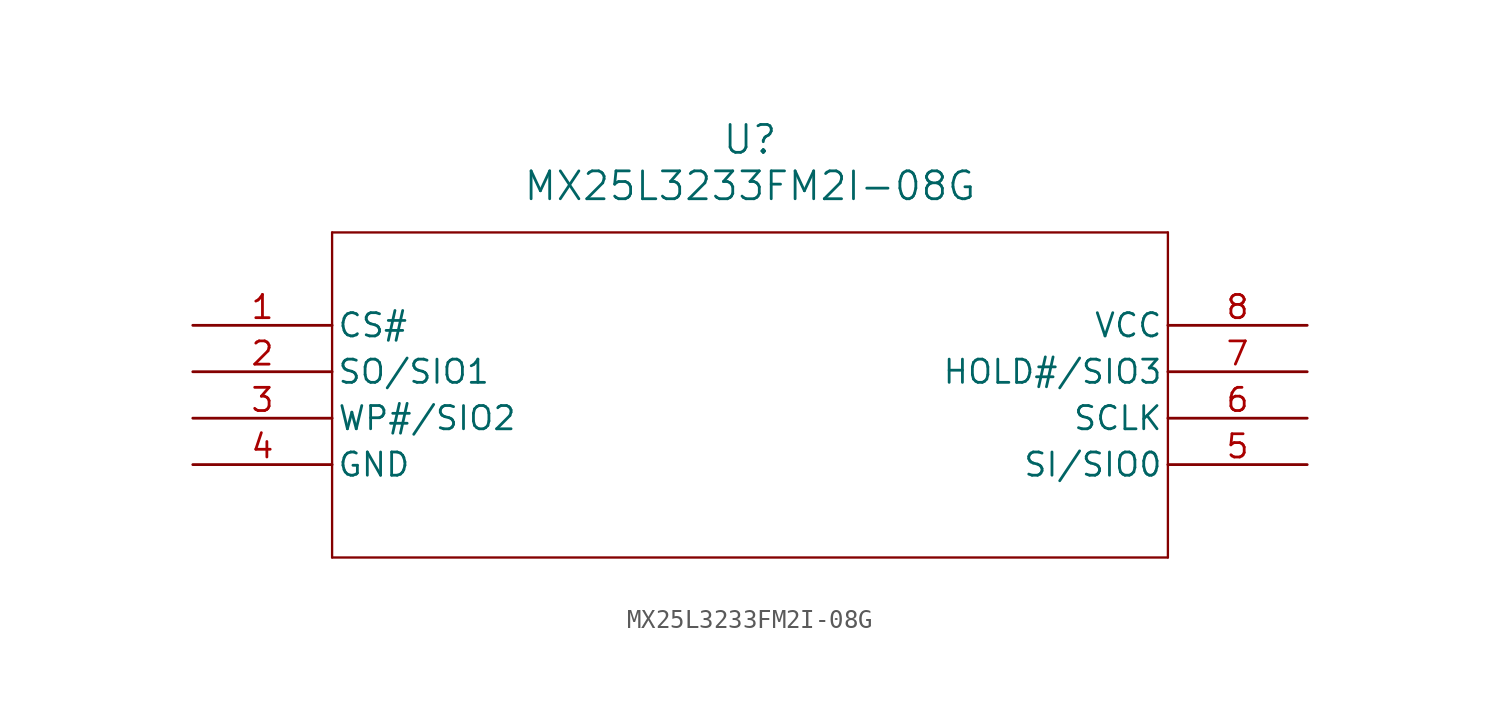
<source format=kicad_sym>
(kicad_symbol_lib
  (version 20211014)
  (generator kicad_symbol_editor)
  (symbol "MX25L3233FM2I-08G"
    (pin_names
      (offset 0.254))
    (property "Reference" "U"
      (at 30.48 10.16 0)
      (effects (font (size 1.524 1.524))))
    (property "Value" "MX25L3233FM2I-08G"
      (at 30.48 7.62 0)
      (effects (font (size 1.524 1.524))))
    (symbol "MX25L3233FM2I-08G_0_1"
      (polyline (pts (xy 7.62 5.08) (xy 7.62 -12.7)) (stroke (width 0.127) (type default) (color 0 0 0 0)) (fill (type none)))
      (polyline (pts (xy 7.62 -12.7) (xy 53.34 -12.7)) (stroke (width 0.127) (type default) (color 0 0 0 0)) (fill (type none)))
      (polyline (pts (xy 53.34 -12.7) (xy 53.34 5.08)) (stroke (width 0.127) (type default) (color 0 0 0 0)) (fill (type none)))
      (polyline (pts (xy 53.34 5.08) (xy 7.62 5.08)) (stroke (width 0.127) (type default) (color 0 0 0 0)) (fill (type none)))
      (pin input line (at 0 0 0) (length 7.62) (name "CS#" (effects (font (size 1.27 1.27)))) (number "1" (effects (font (size 1.27 1.27)))))
      (pin bidirectional line (at 0 -2.54 0) (length 7.62) (name "SO/SIO1" (effects (font (size 1.27 1.27)))) (number "2" (effects (font (size 1.27 1.27)))))
      (pin bidirectional line (at 0 -5.08 0) (length 7.62) (name "WP#/SIO2" (effects (font (size 1.27 1.27)))) (number "3" (effects (font (size 1.27 1.27)))))
      (pin power_out line (at 0 -7.62 0) (length 7.62) (name "GND" (effects (font (size 1.27 1.27)))) (number "4" (effects (font (size 1.27 1.27)))))
      (pin bidirectional line (at 60.96 -7.62 180) (length 7.62) (name "SI/SIO0" (effects (font (size 1.27 1.27)))) (number "5" (effects (font (size 1.27 1.27)))))
      (pin input line (at 60.96 -5.08 180) (length 7.62) (name "SCLK" (effects (font (size 1.27 1.27)))) (number "6" (effects (font (size 1.27 1.27)))))
      (pin bidirectional line (at 60.96 -2.54 180) (length 7.62) (name "HOLD#/SIO3" (effects (font (size 1.27 1.27)))) (number "7" (effects (font (size 1.27 1.27)))))
      (pin power_in line (at 60.96 0 180) (length 7.62) (name "VCC" (effects (font (size 1.27 1.27)))) (number "8" (effects (font (size 1.27 1.27))))))))
</source>
